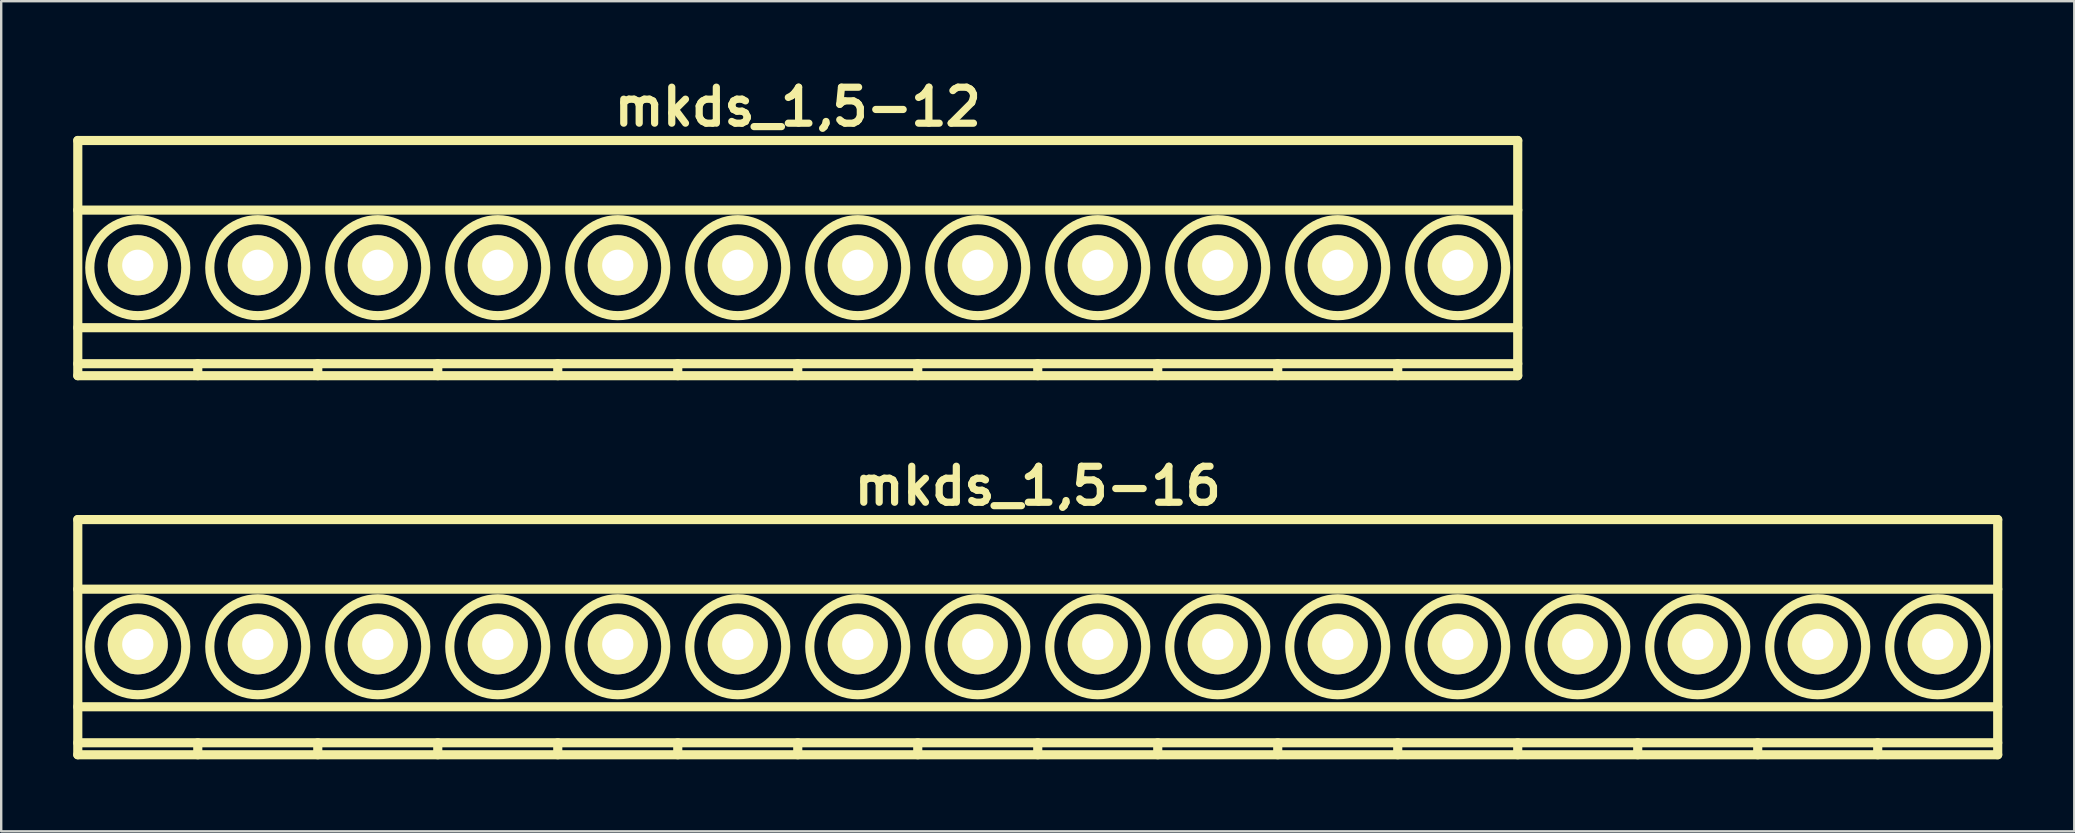
<source format=kicad_pcb>
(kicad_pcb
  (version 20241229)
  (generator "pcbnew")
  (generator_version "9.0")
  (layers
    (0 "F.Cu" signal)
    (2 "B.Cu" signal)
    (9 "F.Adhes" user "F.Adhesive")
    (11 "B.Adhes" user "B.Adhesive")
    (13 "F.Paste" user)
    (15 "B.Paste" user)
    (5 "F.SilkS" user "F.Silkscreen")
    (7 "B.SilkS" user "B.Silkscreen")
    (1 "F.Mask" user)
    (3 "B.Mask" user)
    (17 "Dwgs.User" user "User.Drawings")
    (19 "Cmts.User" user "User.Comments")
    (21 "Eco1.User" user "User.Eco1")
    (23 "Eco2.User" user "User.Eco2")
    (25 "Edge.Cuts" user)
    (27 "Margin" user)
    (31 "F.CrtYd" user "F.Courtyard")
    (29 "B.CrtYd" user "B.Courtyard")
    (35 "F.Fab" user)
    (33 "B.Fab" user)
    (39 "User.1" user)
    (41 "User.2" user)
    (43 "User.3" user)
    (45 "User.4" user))
  (footprint "mkds_1,5-12"
    (layer "F.Cu")
    (at 30.191 8.004)
    (property "Reference" "mkds_1,5-12" (at 0 -6.6 0) (layer "F.SilkS") (effects (font (size 1.5 1.5) (thickness 0.3))))
    (attr through_hole)
    (fp_line (start -30 -5.2) (end -30 4.6) (stroke (width 0.381) (type solid)) (layer "F.SilkS"))
    (fp_line (start -30 -2.3) (end 30 -2.3) (stroke (width 0.381) (type solid)) (layer "F.SilkS"))
    (fp_line (start -30 2.6) (end 30 2.6) (stroke (width 0.381) (type solid)) (layer "F.SilkS"))
    (fp_line (start -30 4.1) (end 30 4.1) (stroke (width 0.381) (type solid)) (layer "F.SilkS"))
    (fp_line (start -30 4.6) (end 30 4.6) (stroke (width 0.381) (type solid)) (layer "F.SilkS"))
    (fp_line (start -25 4.1) (end -25 4.6) (stroke (width 0.381) (type solid)) (layer "F.SilkS"))
    (fp_line (start -20 4.1) (end -20 4.6) (stroke (width 0.381) (type solid)) (layer "F.SilkS"))
    (fp_line (start -15 4.1) (end -15 4.6) (stroke (width 0.381) (type solid)) (layer "F.SilkS"))
    (fp_line (start -10 4.1) (end -10 4.6) (stroke (width 0.381) (type solid)) (layer "F.SilkS"))
    (fp_line (start -5 4.1) (end -5 4.6) (stroke (width 0.381) (type solid)) (layer "F.SilkS"))
    (fp_line (start 0 4.1) (end 0 4.6) (stroke (width 0.381) (type solid)) (layer "F.SilkS"))
    (fp_line (start 5 4.1) (end 5 4.6) (stroke (width 0.381) (type solid)) (layer "F.SilkS"))
    (fp_line (start 10 4.1) (end 10 4.6) (stroke (width 0.381) (type solid)) (layer "F.SilkS"))
    (fp_line (start 15 4.1) (end 15 4.6) (stroke (width 0.381) (type solid)) (layer "F.SilkS"))
    (fp_line (start 20 4.1) (end 20 4.6) (stroke (width 0.381) (type solid)) (layer "F.SilkS"))
    (fp_line (start 25 4.1) (end 25 4.6) (stroke (width 0.381) (type solid)) (layer "F.SilkS"))
    (fp_line (start 30 -5.2) (end -30 -5.2) (stroke (width 0.381) (type solid)) (layer "F.SilkS"))
    (fp_line (start 30 4.6) (end 30 -5.2) (stroke (width 0.381) (type solid)) (layer "F.SilkS"))
    (fp_circle (center -27.5 0.1) (end -25.5 0.1) (stroke (width 0.381) (type solid)) (fill no) (layer "F.SilkS"))
    (fp_circle (center -22.5 0.1) (end -24.5 0.1) (stroke (width 0.381) (type solid)) (fill no) (layer "F.SilkS"))
    (fp_circle (center -17.5 0.1) (end -19.5 0.1) (stroke (width 0.381) (type solid)) (fill no) (layer "F.SilkS"))
    (fp_circle (center -12.5 0.1) (end -14.5 0.1) (stroke (width 0.381) (type solid)) (fill no) (layer "F.SilkS"))
    (fp_circle (center -7.5 0.1) (end -9.5 0.1) (stroke (width 0.381) (type solid)) (fill no) (layer "F.SilkS"))
    (fp_circle (center -2.5 0.1) (end -4.5 0.1) (stroke (width 0.381) (type solid)) (fill no) (layer "F.SilkS"))
    (fp_circle (center 2.5 0.1) (end 0.5 0.1) (stroke (width 0.381) (type solid)) (fill no) (layer "F.SilkS"))
    (fp_circle (center 7.5 0.1) (end 5.5 0.1) (stroke (width 0.381) (type solid)) (fill no) (layer "F.SilkS"))
    (fp_circle (center 12.5 0.1) (end 10.5 0.1) (stroke (width 0.381) (type solid)) (fill no) (layer "F.SilkS"))
    (fp_circle (center 17.5 0.1) (end 15.5 0.1) (stroke (width 0.381) (type solid)) (fill no) (layer "F.SilkS"))
    (fp_circle (center 22.5 0.1) (end 20.5 0.1) (stroke (width 0.381) (type solid)) (fill no) (layer "F.SilkS"))
    (fp_circle (center 27.5 0.1) (end 25.5 0.1) (stroke (width 0.381) (type solid)) (fill no) (layer "F.SilkS"))
    (pad "1" thru_hole circle (at -27.5 0) (size 2.5 2.5) (drill 1.3) (layers "*.Cu" "*.Mask" "F.SilkS"))
    (pad "2" thru_hole circle (at -22.5 0) (size 2.5 2.5) (drill 1.3) (layers "*.Cu" "*.Mask" "F.SilkS"))
    (pad "3" thru_hole circle (at -17.5 0) (size 2.5 2.5) (drill 1.3) (layers "*.Cu" "*.Mask" "F.SilkS"))
    (pad "4" thru_hole circle (at -12.5 0) (size 2.5 2.5) (drill 1.3) (layers "*.Cu" "*.Mask" "F.SilkS"))
    (pad "5" thru_hole circle (at -7.5 0) (size 2.5 2.5) (drill 1.3) (layers "*.Cu" "*.Mask" "F.SilkS"))
    (pad "6" thru_hole circle (at -2.5 0) (size 2.5 2.5) (drill 1.3) (layers "*.Cu" "*.Mask" "F.SilkS"))
    (pad "7" thru_hole circle (at 2.5 0) (size 2.5 2.5) (drill 1.3) (layers "*.Cu" "*.Mask" "F.SilkS"))
    (pad "8" thru_hole circle (at 7.5 0) (size 2.5 2.5) (drill 1.3) (layers "*.Cu" "*.Mask" "F.SilkS"))
    (pad "9" thru_hole circle (at 12.5 0) (size 2.5 2.5) (drill 1.3) (layers "*.Cu" "*.Mask" "F.SilkS"))
    (pad "10" thru_hole circle (at 17.5 0) (size 2.5 2.5) (drill 1.3) (layers "*.Cu" "*.Mask" "F.SilkS"))
    (pad "11" thru_hole circle (at 22.5 0) (size 2.5 2.5) (drill 1.3) (layers "*.Cu" "*.Mask" "F.SilkS"))
    (pad "12" thru_hole circle (at 27.5 0) (size 2.5 2.5) (drill 1.3) (layers "*.Cu" "*.Mask" "F.SilkS")))
  (footprint "mkds_1,5-16"
    (layer "F.Cu")
    (at 40.191 23.799)
    (property "Reference" "mkds_1,5-16" (at 0 -6.6 0) (layer "F.SilkS") (effects (font (size 1.5 1.5) (thickness 0.3))))
    (attr through_hole)
    (fp_line (start -40 -5.2) (end -40 4.6) (stroke (width 0.381) (type solid)) (layer "F.SilkS"))
    (fp_line (start -40 -2.3) (end 40 -2.3) (stroke (width 0.381) (type solid)) (layer "F.SilkS"))
    (fp_line (start -40 2.6) (end 40 2.6) (stroke (width 0.381) (type solid)) (layer "F.SilkS"))
    (fp_line (start -40 4.1) (end 40 4.1) (stroke (width 0.381) (type solid)) (layer "F.SilkS"))
    (fp_line (start -40 4.6) (end 40 4.6) (stroke (width 0.381) (type solid)) (layer "F.SilkS"))
    (fp_line (start -35 4.1) (end -35 4.6) (stroke (width 0.381) (type solid)) (layer "F.SilkS"))
    (fp_line (start -30 4.1) (end -30 4.6) (stroke (width 0.381) (type solid)) (layer "F.SilkS"))
    (fp_line (start -25 4.1) (end -25 4.6) (stroke (width 0.381) (type solid)) (layer "F.SilkS"))
    (fp_line (start -20 4.1) (end -20 4.6) (stroke (width 0.381) (type solid)) (layer "F.SilkS"))
    (fp_line (start -15 4.1) (end -15 4.6) (stroke (width 0.381) (type solid)) (layer "F.SilkS"))
    (fp_line (start -10 4.1) (end -10 4.6) (stroke (width 0.381) (type solid)) (layer "F.SilkS"))
    (fp_line (start -5 4.1) (end -5 4.6) (stroke (width 0.381) (type solid)) (layer "F.SilkS"))
    (fp_line (start 0 4.1) (end 0 4.6) (stroke (width 0.381) (type solid)) (layer "F.SilkS"))
    (fp_line (start 5 4.1) (end 5 4.6) (stroke (width 0.381) (type solid)) (layer "F.SilkS"))
    (fp_line (start 10 4.1) (end 10 4.6) (stroke (width 0.381) (type solid)) (layer "F.SilkS"))
    (fp_line (start 15 4.1) (end 15 4.6) (stroke (width 0.381) (type solid)) (layer "F.SilkS"))
    (fp_line (start 20 4.1) (end 20 4.6) (stroke (width 0.381) (type solid)) (layer "F.SilkS"))
    (fp_line (start 25 4.1) (end 25 4.6) (stroke (width 0.381) (type solid)) (layer "F.SilkS"))
    (fp_line (start 30 4.1) (end 30 4.6) (stroke (width 0.381) (type solid)) (layer "F.SilkS"))
    (fp_line (start 35 4.1) (end 35 4.6) (stroke (width 0.381) (type solid)) (layer "F.SilkS"))
    (fp_line (start 40 -5.2) (end -40 -5.2) (stroke (width 0.381) (type solid)) (layer "F.SilkS"))
    (fp_line (start 40 4.6) (end 40 -5.2) (stroke (width 0.381) (type solid)) (layer "F.SilkS"))
    (fp_circle (center -37.5 0.1) (end -35.5 0.1) (stroke (width 0.381) (type solid)) (fill no) (layer "F.SilkS"))
    (fp_circle (center -32.5 0.1) (end -34.5 0.1) (stroke (width 0.381) (type solid)) (fill no) (layer "F.SilkS"))
    (fp_circle (center -27.5 0.1) (end -29.5 0.1) (stroke (width 0.381) (type solid)) (fill no) (layer "F.SilkS"))
    (fp_circle (center -22.5 0.1) (end -24.5 0.1) (stroke (width 0.381) (type solid)) (fill no) (layer "F.SilkS"))
    (fp_circle (center -17.5 0.1) (end -19.5 0.1) (stroke (width 0.381) (type solid)) (fill no) (layer "F.SilkS"))
    (fp_circle (center -12.5 0.1) (end -14.5 0.1) (stroke (width 0.381) (type solid)) (fill no) (layer "F.SilkS"))
    (fp_circle (center -7.5 0.1) (end -9.5 0.1) (stroke (width 0.381) (type solid)) (fill no) (layer "F.SilkS"))
    (fp_circle (center -2.5 0.1) (end -4.5 0.1) (stroke (width 0.381) (type solid)) (fill no) (layer "F.SilkS"))
    (fp_circle (center 2.5 0.1) (end 0.5 0.1) (stroke (width 0.381) (type solid)) (fill no) (layer "F.SilkS"))
    (fp_circle (center 7.5 0.1) (end 5.5 0.1) (stroke (width 0.381) (type solid)) (fill no) (layer "F.SilkS"))
    (fp_circle (center 12.5 0.1) (end 10.5 0.1) (stroke (width 0.381) (type solid)) (fill no) (layer "F.SilkS"))
    (fp_circle (center 17.5 0.1) (end 15.5 0.1) (stroke (width 0.381) (type solid)) (fill no) (layer "F.SilkS"))
    (fp_circle (center 22.5 0.1) (end 20.5 0.1) (stroke (width 0.381) (type solid)) (fill no) (layer "F.SilkS"))
    (fp_circle (center 27.5 0.1) (end 25.5 0.1) (stroke (width 0.381) (type solid)) (fill no) (layer "F.SilkS"))
    (fp_circle (center 32.5 0.1) (end 30.5 0.1) (stroke (width 0.381) (type solid)) (fill no) (layer "F.SilkS"))
    (fp_circle (center 37.5 0.1) (end 35.5 0.1) (stroke (width 0.381) (type solid)) (fill no) (layer "F.SilkS"))
    (pad "1" thru_hole circle (at -37.5 0) (size 2.5 2.5) (drill 1.3) (layers "*.Cu" "*.Mask" "F.SilkS"))
    (pad "2" thru_hole circle (at -32.5 0) (size 2.5 2.5) (drill 1.3) (layers "*.Cu" "*.Mask" "F.SilkS"))
    (pad "3" thru_hole circle (at -27.5 0) (size 2.5 2.5) (drill 1.3) (layers "*.Cu" "*.Mask" "F.SilkS"))
    (pad "4" thru_hole circle (at -22.5 0) (size 2.5 2.5) (drill 1.3) (layers "*.Cu" "*.Mask" "F.SilkS"))
    (pad "5" thru_hole circle (at -17.5 0) (size 2.5 2.5) (drill 1.3) (layers "*.Cu" "*.Mask" "F.SilkS"))
    (pad "6" thru_hole circle (at -12.5 0) (size 2.5 2.5) (drill 1.3) (layers "*.Cu" "*.Mask" "F.SilkS"))
    (pad "7" thru_hole circle (at -7.5 0) (size 2.5 2.5) (drill 1.3) (layers "*.Cu" "*.Mask" "F.SilkS"))
    (pad "8" thru_hole circle (at -2.5 0) (size 2.5 2.5) (drill 1.3) (layers "*.Cu" "*.Mask" "F.SilkS"))
    (pad "9" thru_hole circle (at 2.5 0) (size 2.5 2.5) (drill 1.3) (layers "*.Cu" "*.Mask" "F.SilkS"))
    (pad "10" thru_hole circle (at 7.5 0) (size 2.5 2.5) (drill 1.3) (layers "*.Cu" "*.Mask" "F.SilkS"))
    (pad "11" thru_hole circle (at 12.5 0) (size 2.5 2.5) (drill 1.3) (layers "*.Cu" "*.Mask" "F.SilkS"))
    (pad "12" thru_hole circle (at 17.5 0) (size 2.5 2.5) (drill 1.3) (layers "*.Cu" "*.Mask" "F.SilkS"))
    (pad "13" thru_hole circle (at 22.5 0) (size 2.5 2.5) (drill 1.3) (layers "*.Cu" "*.Mask" "F.SilkS"))
    (pad "14" thru_hole circle (at 27.5 0) (size 2.5 2.5) (drill 1.3) (layers "*.Cu" "*.Mask" "F.SilkS"))
    (pad "15" thru_hole circle (at 32.5 0) (size 2.5 2.5) (drill 1.3) (layers "*.Cu" "*.Mask" "F.SilkS"))
    (pad "16" thru_hole circle (at 37.5 0) (size 2.5 2.5) (drill 1.3) (layers "*.Cu" "*.Mask" "F.SilkS")))
  (gr_rect
    (start -3 -3)
    (end 83.381 31.589)
    (stroke (width 0.1) (type default))
    (fill no)
    (layer "Edge.Cuts")))
</source>
